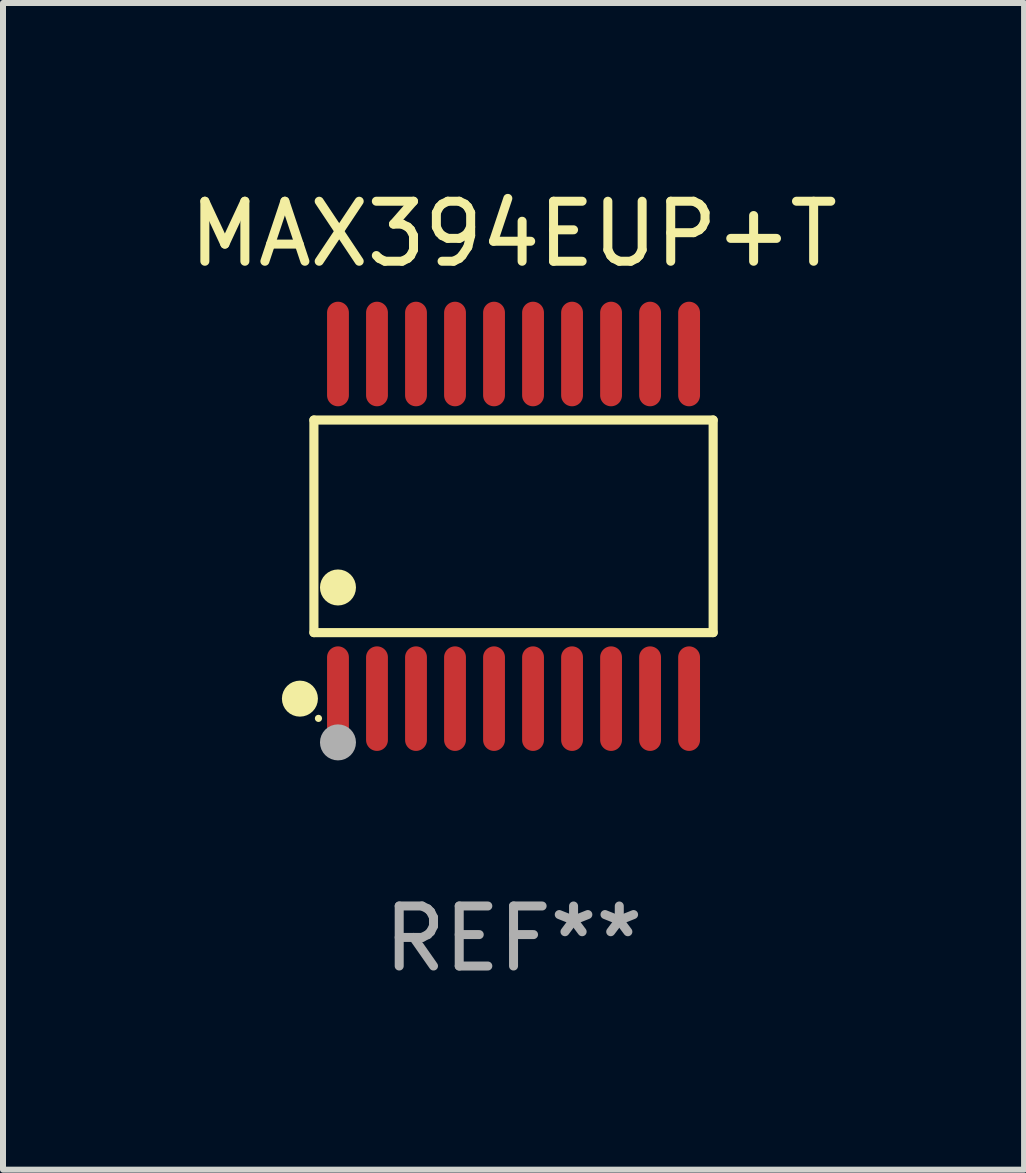
<source format=kicad_pcb>
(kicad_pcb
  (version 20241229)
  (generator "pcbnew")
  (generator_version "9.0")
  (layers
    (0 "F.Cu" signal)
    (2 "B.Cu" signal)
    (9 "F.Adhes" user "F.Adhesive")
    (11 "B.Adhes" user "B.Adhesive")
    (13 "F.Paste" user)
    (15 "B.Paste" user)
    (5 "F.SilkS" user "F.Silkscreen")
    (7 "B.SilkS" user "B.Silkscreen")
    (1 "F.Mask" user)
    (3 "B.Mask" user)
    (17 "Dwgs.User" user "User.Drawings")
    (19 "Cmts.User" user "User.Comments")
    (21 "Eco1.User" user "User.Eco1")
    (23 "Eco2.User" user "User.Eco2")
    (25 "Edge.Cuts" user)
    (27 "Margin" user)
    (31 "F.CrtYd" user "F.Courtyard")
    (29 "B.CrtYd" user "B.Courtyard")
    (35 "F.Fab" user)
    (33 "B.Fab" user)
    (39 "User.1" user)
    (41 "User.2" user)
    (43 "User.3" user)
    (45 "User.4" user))
  (footprint "MAX394EUP+T"
    (layer "F.Cu")
    (at 5.506 5.719)
    (property "Reference" "MAX394EUP+T" (at 0 -4.871 0) (layer "F.SilkS") (effects (font (size 1 1) (thickness 0.15))))
    (attr through_hole)
    (fp_line (start -3.326 -1.771) (end 3.326 -1.771) (stroke (width 0.152) (type solid)) (layer "F.SilkS"))
    (fp_line (start -3.326 1.771) (end -3.326 -1.771) (stroke (width 0.152) (type solid)) (layer "F.SilkS"))
    (fp_line (start 3.326 -1.771) (end 3.326 1.771) (stroke (width 0.152) (type solid)) (layer "F.SilkS"))
    (fp_line (start 3.326 1.771) (end -3.326 1.771) (stroke (width 0.152) (type solid)) (layer "F.SilkS"))
    (fp_circle (center -3.559 2.871) (end -3.409 2.871) (stroke (width 0.3) (type solid)) (fill no) (layer "F.SilkS"))
    (fp_circle (center -3.25 3.2) (end -3.22 3.2) (stroke (width 0.06) (type solid)) (fill no) (layer "F.SilkS"))
    (fp_circle (center -2.925 1.019) (end -2.775 1.019) (stroke (width 0.3) (type solid)) (fill no) (layer "F.SilkS"))
    (fp_circle (center -2.925 3.6) (end -2.775 3.6) (stroke (width 0.3) (type solid)) (fill no) (layer "F.Fab"))
    (fp_text user "REF**" (at 0 6.871 0) (layer "F.Fab") (effects (font (size 1 1) (thickness 0.15))))
    (pad "1" smd oval (at -2.925 2.871) (size 0.364 1.742) (layers "F.Cu" "F.Mask" "F.Paste"))
    (pad "2" smd oval (at -2.275 2.871) (size 0.364 1.742) (layers "F.Cu" "F.Mask" "F.Paste"))
    (pad "3" smd oval (at -1.625 2.871) (size 0.364 1.742) (layers "F.Cu" "F.Mask" "F.Paste"))
    (pad "4" smd oval (at -0.975 2.871) (size 0.364 1.742) (layers "F.Cu" "F.Mask" "F.Paste"))
    (pad "5" smd oval (at -0.325 2.871) (size 0.364 1.742) (layers "F.Cu" "F.Mask" "F.Paste"))
    (pad "6" smd oval (at 0.325 2.871) (size 0.364 1.742) (layers "F.Cu" "F.Mask" "F.Paste"))
    (pad "7" smd oval (at 0.975 2.871) (size 0.364 1.742) (layers "F.Cu" "F.Mask" "F.Paste"))
    (pad "8" smd oval (at 1.625 2.871) (size 0.364 1.742) (layers "F.Cu" "F.Mask" "F.Paste"))
    (pad "9" smd oval (at 2.275 2.871) (size 0.364 1.742) (layers "F.Cu" "F.Mask" "F.Paste"))
    (pad "10" smd oval (at 2.925 2.871) (size 0.364 1.742) (layers "F.Cu" "F.Mask" "F.Paste"))
    (pad "11" smd oval (at 2.925 -2.871) (size 0.364 1.742) (layers "F.Cu" "F.Mask" "F.Paste"))
    (pad "12" smd oval (at 2.275 -2.871) (size 0.364 1.742) (layers "F.Cu" "F.Mask" "F.Paste"))
    (pad "13" smd oval (at 1.625 -2.871) (size 0.364 1.742) (layers "F.Cu" "F.Mask" "F.Paste"))
    (pad "14" smd oval (at 0.975 -2.871) (size 0.364 1.742) (layers "F.Cu" "F.Mask" "F.Paste"))
    (pad "15" smd oval (at 0.325 -2.871) (size 0.364 1.742) (layers "F.Cu" "F.Mask" "F.Paste"))
    (pad "16" smd oval (at -0.325 -2.871) (size 0.364 1.742) (layers "F.Cu" "F.Mask" "F.Paste"))
    (pad "17" smd oval (at -0.975 -2.871) (size 0.364 1.742) (layers "F.Cu" "F.Mask" "F.Paste"))
    (pad "18" smd oval (at -1.625 -2.871) (size 0.364 1.742) (layers "F.Cu" "F.Mask" "F.Paste"))
    (pad "19" smd oval (at -2.275 -2.871) (size 0.364 1.742) (layers "F.Cu" "F.Mask" "F.Paste"))
    (pad "20" smd oval (at -2.925 -2.871) (size 0.364 1.742) (layers "F.Cu" "F.Mask" "F.Paste")))
  (gr_rect
    (start -3 -3)
    (end 14.012 16.438)
    (stroke (width 0.1) (type default))
    (fill no)
    (layer "Edge.Cuts")))
</source>
